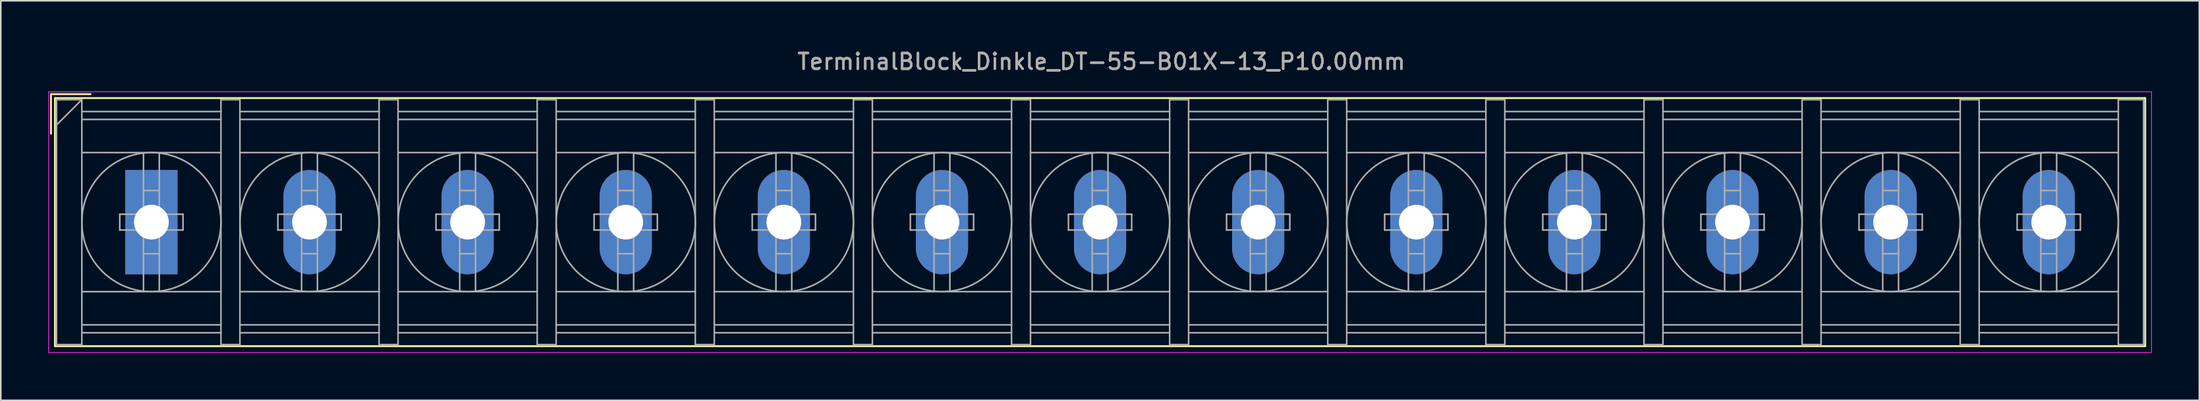
<source format=kicad_pcb>
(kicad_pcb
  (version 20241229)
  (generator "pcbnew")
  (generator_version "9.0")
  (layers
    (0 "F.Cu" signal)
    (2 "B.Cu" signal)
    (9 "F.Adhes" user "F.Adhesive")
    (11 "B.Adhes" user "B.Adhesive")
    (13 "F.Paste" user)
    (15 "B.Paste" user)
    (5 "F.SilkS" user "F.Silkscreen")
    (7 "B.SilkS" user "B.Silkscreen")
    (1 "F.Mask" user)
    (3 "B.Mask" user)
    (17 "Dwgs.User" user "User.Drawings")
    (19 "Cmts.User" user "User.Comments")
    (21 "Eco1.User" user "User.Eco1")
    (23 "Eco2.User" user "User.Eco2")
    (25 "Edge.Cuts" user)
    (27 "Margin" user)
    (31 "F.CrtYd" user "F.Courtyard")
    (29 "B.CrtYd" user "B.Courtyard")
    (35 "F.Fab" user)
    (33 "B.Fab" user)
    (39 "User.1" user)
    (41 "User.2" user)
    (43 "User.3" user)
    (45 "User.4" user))
  (footprint "TerminalBlock_Dinkle_DT-55-B01X-13_P10.00mm"
    (layer "F.Cu")
    (at 6.525 11.008)
    (property "Reference" "TerminalBlock_Dinkle_DT-55-B01X-13_P10.00mm" (at 60.08 -10.16 0) (layer "F.SilkS") (effects (font (size 1 1) (thickness 0.15))))
    (attr through_hole)
    (fp_line (start -6.35 -8.1) (end -3.85 -8.1) (stroke (width 0.12) (type solid)) (layer "F.SilkS"))
    (fp_line (start -6.35 -5.6) (end -6.35 -8.1) (stroke (width 0.12) (type solid)) (layer "F.SilkS"))
    (fp_line (start -6.1 -7.85) (end 126.1 -7.85) (stroke (width 0.12) (type solid)) (layer "F.SilkS"))
    (fp_line (start -6.1 7.85) (end -6.1 -7.85) (stroke (width 0.12) (type solid)) (layer "F.SilkS"))
    (fp_line (start -6.1 7.85) (end 126.1 7.85) (stroke (width 0.12) (type solid)) (layer "F.SilkS"))
    (fp_line (start 126.1 -7.85) (end 126.1 7.85) (stroke (width 0.12) (type solid)) (layer "F.SilkS"))
    (fp_line (start -6.5 -8.25) (end 126.5 -8.25) (stroke (width 0.05) (type solid)) (layer "F.CrtYd"))
    (fp_line (start -6.5 8.25) (end -6.5 -8.25) (stroke (width 0.05) (type solid)) (layer "F.CrtYd"))
    (fp_line (start -6.5 8.25) (end 126.5 8.25) (stroke (width 0.05) (type solid)) (layer "F.CrtYd"))
    (fp_line (start 126.5 -8.25) (end 126.5 8.25) (stroke (width 0.05) (type solid)) (layer "F.CrtYd"))
    (fp_line (start -6 -7.75) (end -6 7.75) (stroke (width 0.1) (type solid)) (layer "F.Fab"))
    (fp_line (start -6 -7.75) (end -4.4 -7.75) (stroke (width 0.1) (type solid)) (layer "F.Fab"))
    (fp_line (start -6 7.75) (end -4.4 7.75) (stroke (width 0.1) (type solid)) (layer "F.Fab"))
    (fp_line (start -4.4 -7.75) (end -6 -6.15) (stroke (width 0.1) (type solid)) (layer "F.Fab"))
    (fp_line (start -4.4 -7.75) (end -4.4 7.75) (stroke (width 0.1) (type solid)) (layer "F.Fab"))
    (fp_line (start -4.4 -7) (end 4.4 -7) (stroke (width 0.1) (type solid)) (layer "F.Fab"))
    (fp_line (start -4.4 -6.5) (end 4.4 -6.5) (stroke (width 0.1) (type solid)) (layer "F.Fab"))
    (fp_line (start -4.4 -4.4) (end 4.4 -4.4) (stroke (width 0.1) (type solid)) (layer "F.Fab"))
    (fp_line (start -4.4 4.4) (end 4.4 4.4) (stroke (width 0.1) (type solid)) (layer "F.Fab"))
    (fp_line (start -4.4 6.5) (end 4.4 6.5) (stroke (width 0.1) (type solid)) (layer "F.Fab"))
    (fp_line (start -4.4 7) (end 4.4 7) (stroke (width 0.1) (type solid)) (layer "F.Fab"))
    (fp_line (start -2 -0.5) (end -2 0.5) (stroke (width 0.1) (type solid)) (layer "F.Fab"))
    (fp_line (start -2 0.5) (end -0.5 0.5) (stroke (width 0.1) (type solid)) (layer "F.Fab"))
    (fp_line (start -0.5 -4.35) (end -0.5 -0.5) (stroke (width 0.1) (type solid)) (layer "F.Fab"))
    (fp_line (start -0.5 -2) (end 0.5 -2) (stroke (width 0.1) (type solid)) (layer "F.Fab"))
    (fp_line (start -0.5 -0.5) (end -2 -0.5) (stroke (width 0.1) (type solid)) (layer "F.Fab"))
    (fp_line (start -0.5 0.5) (end -0.5 4.35) (stroke (width 0.1) (type solid)) (layer "F.Fab"))
    (fp_line (start -0.5 2) (end 0.5 2) (stroke (width 0.1) (type solid)) (layer "F.Fab"))
    (fp_line (start 0.5 -4.35) (end 0.5 -0.5) (stroke (width 0.1) (type solid)) (layer "F.Fab"))
    (fp_line (start 0.5 -0.5) (end 2 -0.5) (stroke (width 0.1) (type solid)) (layer "F.Fab"))
    (fp_line (start 0.5 0.5) (end 0.5 4.35) (stroke (width 0.1) (type solid)) (layer "F.Fab"))
    (fp_line (start 2 -0.5) (end 2 0.5) (stroke (width 0.1) (type solid)) (layer "F.Fab"))
    (fp_line (start 2 0.5) (end 0.5 0.5) (stroke (width 0.1) (type solid)) (layer "F.Fab"))
    (fp_line (start 4.4 -7.75) (end 4.4 7.75) (stroke (width 0.1) (type solid)) (layer "F.Fab"))
    (fp_line (start 4.4 -7.75) (end 5.6 -7.75) (stroke (width 0.1) (type solid)) (layer "F.Fab"))
    (fp_line (start 4.4 7.75) (end 5.6 7.75) (stroke (width 0.1) (type solid)) (layer "F.Fab"))
    (fp_line (start 5.6 -7.75) (end 5.6 7.75) (stroke (width 0.1) (type solid)) (layer "F.Fab"))
    (fp_line (start 5.6 -7) (end 14.4 -7) (stroke (width 0.1) (type solid)) (layer "F.Fab"))
    (fp_line (start 5.6 -6.5) (end 14.4 -6.5) (stroke (width 0.1) (type solid)) (layer "F.Fab"))
    (fp_line (start 5.6 -4.4) (end 14.4 -4.4) (stroke (width 0.1) (type solid)) (layer "F.Fab"))
    (fp_line (start 5.6 4.4) (end 14.4 4.4) (stroke (width 0.1) (type solid)) (layer "F.Fab"))
    (fp_line (start 5.6 6.5) (end 14.4 6.5) (stroke (width 0.1) (type solid)) (layer "F.Fab"))
    (fp_line (start 5.6 7) (end 14.4 7) (stroke (width 0.1) (type solid)) (layer "F.Fab"))
    (fp_line (start 8 -0.5) (end 8 0.5) (stroke (width 0.1) (type solid)) (layer "F.Fab"))
    (fp_line (start 8 0.5) (end 9.5 0.5) (stroke (width 0.1) (type solid)) (layer "F.Fab"))
    (fp_line (start 9.5 -4.35) (end 9.5 -0.5) (stroke (width 0.1) (type solid)) (layer "F.Fab"))
    (fp_line (start 9.5 -2) (end 10.5 -2) (stroke (width 0.1) (type solid)) (layer "F.Fab"))
    (fp_line (start 9.5 -0.5) (end 8 -0.5) (stroke (width 0.1) (type solid)) (layer "F.Fab"))
    (fp_line (start 9.5 0.5) (end 9.5 4.35) (stroke (width 0.1) (type solid)) (layer "F.Fab"))
    (fp_line (start 9.5 2) (end 10.5 2) (stroke (width 0.1) (type solid)) (layer "F.Fab"))
    (fp_line (start 10.5 -4.35) (end 10.5 -0.5) (stroke (width 0.1) (type solid)) (layer "F.Fab"))
    (fp_line (start 10.5 -0.5) (end 12 -0.5) (stroke (width 0.1) (type solid)) (layer "F.Fab"))
    (fp_line (start 10.5 0.5) (end 10.5 4.35) (stroke (width 0.1) (type solid)) (layer "F.Fab"))
    (fp_line (start 12 -0.5) (end 12 0.5) (stroke (width 0.1) (type solid)) (layer "F.Fab"))
    (fp_line (start 12 0.5) (end 10.5 0.5) (stroke (width 0.1) (type solid)) (layer "F.Fab"))
    (fp_line (start 14.4 -7.75) (end 14.4 7.75) (stroke (width 0.1) (type solid)) (layer "F.Fab"))
    (fp_line (start 14.4 -7.75) (end 15.6 -7.75) (stroke (width 0.1) (type solid)) (layer "F.Fab"))
    (fp_line (start 14.4 7.75) (end 15.6 7.75) (stroke (width 0.1) (type solid)) (layer "F.Fab"))
    (fp_line (start 15.6 -7.75) (end 15.6 7.75) (stroke (width 0.1) (type solid)) (layer "F.Fab"))
    (fp_line (start 15.6 -7) (end 24.4 -7) (stroke (width 0.1) (type solid)) (layer "F.Fab"))
    (fp_line (start 15.6 -6.5) (end 24.4 -6.5) (stroke (width 0.1) (type solid)) (layer "F.Fab"))
    (fp_line (start 15.6 -4.4) (end 24.4 -4.4) (stroke (width 0.1) (type solid)) (layer "F.Fab"))
    (fp_line (start 15.6 4.4) (end 24.4 4.4) (stroke (width 0.1) (type solid)) (layer "F.Fab"))
    (fp_line (start 15.6 6.5) (end 24.4 6.5) (stroke (width 0.1) (type solid)) (layer "F.Fab"))
    (fp_line (start 15.6 7) (end 24.4 7) (stroke (width 0.1) (type solid)) (layer "F.Fab"))
    (fp_line (start 18 -0.5) (end 18 0.5) (stroke (width 0.1) (type solid)) (layer "F.Fab"))
    (fp_line (start 18 0.5) (end 19.5 0.5) (stroke (width 0.1) (type solid)) (layer "F.Fab"))
    (fp_line (start 19.5 -4.35) (end 19.5 -0.5) (stroke (width 0.1) (type solid)) (layer "F.Fab"))
    (fp_line (start 19.5 -2) (end 20.5 -2) (stroke (width 0.1) (type solid)) (layer "F.Fab"))
    (fp_line (start 19.5 -0.5) (end 18 -0.5) (stroke (width 0.1) (type solid)) (layer "F.Fab"))
    (fp_line (start 19.5 0.5) (end 19.5 4.35) (stroke (width 0.1) (type solid)) (layer "F.Fab"))
    (fp_line (start 19.5 2) (end 20.5 2) (stroke (width 0.1) (type solid)) (layer "F.Fab"))
    (fp_line (start 20.5 -4.35) (end 20.5 -0.5) (stroke (width 0.1) (type solid)) (layer "F.Fab"))
    (fp_line (start 20.5 -0.5) (end 22 -0.5) (stroke (width 0.1) (type solid)) (layer "F.Fab"))
    (fp_line (start 20.5 0.5) (end 20.5 4.35) (stroke (width 0.1) (type solid)) (layer "F.Fab"))
    (fp_line (start 22 -0.5) (end 22 0.5) (stroke (width 0.1) (type solid)) (layer "F.Fab"))
    (fp_line (start 22 0.5) (end 20.5 0.5) (stroke (width 0.1) (type solid)) (layer "F.Fab"))
    (fp_line (start 24.4 -7.75) (end 24.4 7.75) (stroke (width 0.1) (type solid)) (layer "F.Fab"))
    (fp_line (start 24.4 -7.75) (end 25.6 -7.75) (stroke (width 0.1) (type solid)) (layer "F.Fab"))
    (fp_line (start 24.4 7.75) (end 25.6 7.75) (stroke (width 0.1) (type solid)) (layer "F.Fab"))
    (fp_line (start 25.6 -7.75) (end 25.6 7.75) (stroke (width 0.1) (type solid)) (layer "F.Fab"))
    (fp_line (start 25.6 -7) (end 34.4 -7) (stroke (width 0.1) (type solid)) (layer "F.Fab"))
    (fp_line (start 25.6 -6.5) (end 34.4 -6.5) (stroke (width 0.1) (type solid)) (layer "F.Fab"))
    (fp_line (start 25.6 -4.4) (end 34.4 -4.4) (stroke (width 0.1) (type solid)) (layer "F.Fab"))
    (fp_line (start 25.6 4.4) (end 34.4 4.4) (stroke (width 0.1) (type solid)) (layer "F.Fab"))
    (fp_line (start 25.6 6.5) (end 34.4 6.5) (stroke (width 0.1) (type solid)) (layer "F.Fab"))
    (fp_line (start 25.6 7) (end 34.4 7) (stroke (width 0.1) (type solid)) (layer "F.Fab"))
    (fp_line (start 28 -0.5) (end 28 0.5) (stroke (width 0.1) (type solid)) (layer "F.Fab"))
    (fp_line (start 28 0.5) (end 29.5 0.5) (stroke (width 0.1) (type solid)) (layer "F.Fab"))
    (fp_line (start 29.5 -4.35) (end 29.5 -0.5) (stroke (width 0.1) (type solid)) (layer "F.Fab"))
    (fp_line (start 29.5 -2) (end 30.5 -2) (stroke (width 0.1) (type solid)) (layer "F.Fab"))
    (fp_line (start 29.5 -0.5) (end 28 -0.5) (stroke (width 0.1) (type solid)) (layer "F.Fab"))
    (fp_line (start 29.5 0.5) (end 29.5 4.35) (stroke (width 0.1) (type solid)) (layer "F.Fab"))
    (fp_line (start 29.5 2) (end 30.5 2) (stroke (width 0.1) (type solid)) (layer "F.Fab"))
    (fp_line (start 30.5 -4.35) (end 30.5 -0.5) (stroke (width 0.1) (type solid)) (layer "F.Fab"))
    (fp_line (start 30.5 -0.5) (end 32 -0.5) (stroke (width 0.1) (type solid)) (layer "F.Fab"))
    (fp_line (start 30.5 0.5) (end 30.5 4.35) (stroke (width 0.1) (type solid)) (layer "F.Fab"))
    (fp_line (start 32 -0.5) (end 32 0.5) (stroke (width 0.1) (type solid)) (layer "F.Fab"))
    (fp_line (start 32 0.5) (end 30.5 0.5) (stroke (width 0.1) (type solid)) (layer "F.Fab"))
    (fp_line (start 34.4 -7.75) (end 34.4 7.75) (stroke (width 0.1) (type solid)) (layer "F.Fab"))
    (fp_line (start 34.4 -7.75) (end 35.6 -7.75) (stroke (width 0.1) (type solid)) (layer "F.Fab"))
    (fp_line (start 34.4 7.75) (end 35.6 7.75) (stroke (width 0.1) (type solid)) (layer "F.Fab"))
    (fp_line (start 35.6 -7.75) (end 35.6 7.75) (stroke (width 0.1) (type solid)) (layer "F.Fab"))
    (fp_line (start 35.6 -7) (end 44.4 -7) (stroke (width 0.1) (type solid)) (layer "F.Fab"))
    (fp_line (start 35.6 -6.5) (end 44.4 -6.5) (stroke (width 0.1) (type solid)) (layer "F.Fab"))
    (fp_line (start 35.6 -4.4) (end 44.4 -4.4) (stroke (width 0.1) (type solid)) (layer "F.Fab"))
    (fp_line (start 35.6 4.4) (end 44.4 4.4) (stroke (width 0.1) (type solid)) (layer "F.Fab"))
    (fp_line (start 35.6 6.5) (end 44.4 6.5) (stroke (width 0.1) (type solid)) (layer "F.Fab"))
    (fp_line (start 35.6 7) (end 44.4 7) (stroke (width 0.1) (type solid)) (layer "F.Fab"))
    (fp_line (start 38 -0.5) (end 38 0.5) (stroke (width 0.1) (type solid)) (layer "F.Fab"))
    (fp_line (start 38 0.5) (end 39.5 0.5) (stroke (width 0.1) (type solid)) (layer "F.Fab"))
    (fp_line (start 39.5 -4.35) (end 39.5 -0.5) (stroke (width 0.1) (type solid)) (layer "F.Fab"))
    (fp_line (start 39.5 -2) (end 40.5 -2) (stroke (width 0.1) (type solid)) (layer "F.Fab"))
    (fp_line (start 39.5 -0.5) (end 38 -0.5) (stroke (width 0.1) (type solid)) (layer "F.Fab"))
    (fp_line (start 39.5 0.5) (end 39.5 4.35) (stroke (width 0.1) (type solid)) (layer "F.Fab"))
    (fp_line (start 39.5 2) (end 40.5 2) (stroke (width 0.1) (type solid)) (layer "F.Fab"))
    (fp_line (start 40.5 -4.35) (end 40.5 -0.5) (stroke (width 0.1) (type solid)) (layer "F.Fab"))
    (fp_line (start 40.5 -0.5) (end 42 -0.5) (stroke (width 0.1) (type solid)) (layer "F.Fab"))
    (fp_line (start 40.5 0.5) (end 40.5 4.35) (stroke (width 0.1) (type solid)) (layer "F.Fab"))
    (fp_line (start 42 -0.5) (end 42 0.5) (stroke (width 0.1) (type solid)) (layer "F.Fab"))
    (fp_line (start 42 0.5) (end 40.5 0.5) (stroke (width 0.1) (type solid)) (layer "F.Fab"))
    (fp_line (start 44.4 -7.75) (end 44.4 7.75) (stroke (width 0.1) (type solid)) (layer "F.Fab"))
    (fp_line (start 44.4 -7.75) (end 45.6 -7.75) (stroke (width 0.1) (type solid)) (layer "F.Fab"))
    (fp_line (start 44.4 7.75) (end 45.6 7.75) (stroke (width 0.1) (type solid)) (layer "F.Fab"))
    (fp_line (start 45.6 -7.75) (end 45.6 7.75) (stroke (width 0.1) (type solid)) (layer "F.Fab"))
    (fp_line (start 45.6 -7) (end 54.4 -7) (stroke (width 0.1) (type solid)) (layer "F.Fab"))
    (fp_line (start 45.6 -6.5) (end 54.4 -6.5) (stroke (width 0.1) (type solid)) (layer "F.Fab"))
    (fp_line (start 45.6 -4.4) (end 54.4 -4.4) (stroke (width 0.1) (type solid)) (layer "F.Fab"))
    (fp_line (start 45.6 4.4) (end 54.4 4.4) (stroke (width 0.1) (type solid)) (layer "F.Fab"))
    (fp_line (start 45.6 6.5) (end 54.4 6.5) (stroke (width 0.1) (type solid)) (layer "F.Fab"))
    (fp_line (start 45.6 7) (end 54.4 7) (stroke (width 0.1) (type solid)) (layer "F.Fab"))
    (fp_line (start 48 -0.5) (end 48 0.5) (stroke (width 0.1) (type solid)) (layer "F.Fab"))
    (fp_line (start 48 0.5) (end 49.5 0.5) (stroke (width 0.1) (type solid)) (layer "F.Fab"))
    (fp_line (start 49.5 -4.35) (end 49.5 -0.5) (stroke (width 0.1) (type solid)) (layer "F.Fab"))
    (fp_line (start 49.5 -2) (end 50.5 -2) (stroke (width 0.1) (type solid)) (layer "F.Fab"))
    (fp_line (start 49.5 -0.5) (end 48 -0.5) (stroke (width 0.1) (type solid)) (layer "F.Fab"))
    (fp_line (start 49.5 0.5) (end 49.5 4.35) (stroke (width 0.1) (type solid)) (layer "F.Fab"))
    (fp_line (start 49.5 2) (end 50.5 2) (stroke (width 0.1) (type solid)) (layer "F.Fab"))
    (fp_line (start 50.5 -4.35) (end 50.5 -0.5) (stroke (width 0.1) (type solid)) (layer "F.Fab"))
    (fp_line (start 50.5 -0.5) (end 52 -0.5) (stroke (width 0.1) (type solid)) (layer "F.Fab"))
    (fp_line (start 50.5 0.5) (end 50.5 4.35) (stroke (width 0.1) (type solid)) (layer "F.Fab"))
    (fp_line (start 52 -0.5) (end 52 0.5) (stroke (width 0.1) (type solid)) (layer "F.Fab"))
    (fp_line (start 52 0.5) (end 50.5 0.5) (stroke (width 0.1) (type solid)) (layer "F.Fab"))
    (fp_line (start 54.4 -7.75) (end 54.4 7.75) (stroke (width 0.1) (type solid)) (layer "F.Fab"))
    (fp_line (start 54.4 -7.75) (end 55.6 -7.75) (stroke (width 0.1) (type solid)) (layer "F.Fab"))
    (fp_line (start 54.4 7.75) (end 55.6 7.75) (stroke (width 0.1) (type solid)) (layer "F.Fab"))
    (fp_line (start 55.6 -7.75) (end 55.6 7.75) (stroke (width 0.1) (type solid)) (layer "F.Fab"))
    (fp_line (start 55.6 -7) (end 64.4 -7) (stroke (width 0.1) (type solid)) (layer "F.Fab"))
    (fp_line (start 55.6 -6.5) (end 64.4 -6.5) (stroke (width 0.1) (type solid)) (layer "F.Fab"))
    (fp_line (start 55.6 -4.4) (end 64.4 -4.4) (stroke (width 0.1) (type solid)) (layer "F.Fab"))
    (fp_line (start 55.6 4.4) (end 64.4 4.4) (stroke (width 0.1) (type solid)) (layer "F.Fab"))
    (fp_line (start 55.6 6.5) (end 64.4 6.5) (stroke (width 0.1) (type solid)) (layer "F.Fab"))
    (fp_line (start 55.6 7) (end 64.4 7) (stroke (width 0.1) (type solid)) (layer "F.Fab"))
    (fp_line (start 58 -0.5) (end 58 0.5) (stroke (width 0.1) (type solid)) (layer "F.Fab"))
    (fp_line (start 58 0.5) (end 59.5 0.5) (stroke (width 0.1) (type solid)) (layer "F.Fab"))
    (fp_line (start 59.5 -4.35) (end 59.5 -0.5) (stroke (width 0.1) (type solid)) (layer "F.Fab"))
    (fp_line (start 59.5 -2) (end 60.5 -2) (stroke (width 0.1) (type solid)) (layer "F.Fab"))
    (fp_line (start 59.5 -0.5) (end 58 -0.5) (stroke (width 0.1) (type solid)) (layer "F.Fab"))
    (fp_line (start 59.5 0.5) (end 59.5 4.35) (stroke (width 0.1) (type solid)) (layer "F.Fab"))
    (fp_line (start 59.5 2) (end 60.5 2) (stroke (width 0.1) (type solid)) (layer "F.Fab"))
    (fp_line (start 60.5 -4.35) (end 60.5 -0.5) (stroke (width 0.1) (type solid)) (layer "F.Fab"))
    (fp_line (start 60.5 -0.5) (end 62 -0.5) (stroke (width 0.1) (type solid)) (layer "F.Fab"))
    (fp_line (start 60.5 0.5) (end 60.5 4.35) (stroke (width 0.1) (type solid)) (layer "F.Fab"))
    (fp_line (start 62 -0.5) (end 62 0.5) (stroke (width 0.1) (type solid)) (layer "F.Fab"))
    (fp_line (start 62 0.5) (end 60.5 0.5) (stroke (width 0.1) (type solid)) (layer "F.Fab"))
    (fp_line (start 64.4 -7.75) (end 64.4 7.75) (stroke (width 0.1) (type solid)) (layer "F.Fab"))
    (fp_line (start 64.4 -7.75) (end 65.6 -7.75) (stroke (width 0.1) (type solid)) (layer "F.Fab"))
    (fp_line (start 64.4 7.75) (end 65.6 7.75) (stroke (width 0.1) (type solid)) (layer "F.Fab"))
    (fp_line (start 65.6 -7.75) (end 65.6 7.75) (stroke (width 0.1) (type solid)) (layer "F.Fab"))
    (fp_line (start 65.6 -7) (end 74.4 -7) (stroke (width 0.1) (type solid)) (layer "F.Fab"))
    (fp_line (start 65.6 -6.5) (end 74.4 -6.5) (stroke (width 0.1) (type solid)) (layer "F.Fab"))
    (fp_line (start 65.6 -4.4) (end 74.4 -4.4) (stroke (width 0.1) (type solid)) (layer "F.Fab"))
    (fp_line (start 65.6 4.4) (end 74.4 4.4) (stroke (width 0.1) (type solid)) (layer "F.Fab"))
    (fp_line (start 65.6 6.5) (end 74.4 6.5) (stroke (width 0.1) (type solid)) (layer "F.Fab"))
    (fp_line (start 65.6 7) (end 74.4 7) (stroke (width 0.1) (type solid)) (layer "F.Fab"))
    (fp_line (start 68 -0.5) (end 68 0.5) (stroke (width 0.1) (type solid)) (layer "F.Fab"))
    (fp_line (start 68 0.5) (end 69.5 0.5) (stroke (width 0.1) (type solid)) (layer "F.Fab"))
    (fp_line (start 69.5 -4.35) (end 69.5 -0.5) (stroke (width 0.1) (type solid)) (layer "F.Fab"))
    (fp_line (start 69.5 -2) (end 70.5 -2) (stroke (width 0.1) (type solid)) (layer "F.Fab"))
    (fp_line (start 69.5 -0.5) (end 68 -0.5) (stroke (width 0.1) (type solid)) (layer "F.Fab"))
    (fp_line (start 69.5 0.5) (end 69.5 4.35) (stroke (width 0.1) (type solid)) (layer "F.Fab"))
    (fp_line (start 69.5 2) (end 70.5 2) (stroke (width 0.1) (type solid)) (layer "F.Fab"))
    (fp_line (start 70.5 -4.35) (end 70.5 -0.5) (stroke (width 0.1) (type solid)) (layer "F.Fab"))
    (fp_line (start 70.5 -0.5) (end 72 -0.5) (stroke (width 0.1) (type solid)) (layer "F.Fab"))
    (fp_line (start 70.5 0.5) (end 70.5 4.35) (stroke (width 0.1) (type solid)) (layer "F.Fab"))
    (fp_line (start 72 -0.5) (end 72 0.5) (stroke (width 0.1) (type solid)) (layer "F.Fab"))
    (fp_line (start 72 0.5) (end 70.5 0.5) (stroke (width 0.1) (type solid)) (layer "F.Fab"))
    (fp_line (start 74.4 -7.75) (end 74.4 7.75) (stroke (width 0.1) (type solid)) (layer "F.Fab"))
    (fp_line (start 74.4 -7.75) (end 75.6 -7.75) (stroke (width 0.1) (type solid)) (layer "F.Fab"))
    (fp_line (start 74.4 7.75) (end 75.6 7.75) (stroke (width 0.1) (type solid)) (layer "F.Fab"))
    (fp_line (start 75.6 -7.75) (end 75.6 7.75) (stroke (width 0.1) (type solid)) (layer "F.Fab"))
    (fp_line (start 75.6 -7) (end 84.4 -7) (stroke (width 0.1) (type solid)) (layer "F.Fab"))
    (fp_line (start 75.6 -6.5) (end 84.4 -6.5) (stroke (width 0.1) (type solid)) (layer "F.Fab"))
    (fp_line (start 75.6 -4.4) (end 84.4 -4.4) (stroke (width 0.1) (type solid)) (layer "F.Fab"))
    (fp_line (start 75.6 4.4) (end 84.4 4.4) (stroke (width 0.1) (type solid)) (layer "F.Fab"))
    (fp_line (start 75.6 6.5) (end 84.4 6.5) (stroke (width 0.1) (type solid)) (layer "F.Fab"))
    (fp_line (start 75.6 7) (end 84.4 7) (stroke (width 0.1) (type solid)) (layer "F.Fab"))
    (fp_line (start 78 -0.5) (end 78 0.5) (stroke (width 0.1) (type solid)) (layer "F.Fab"))
    (fp_line (start 78 0.5) (end 79.5 0.5) (stroke (width 0.1) (type solid)) (layer "F.Fab"))
    (fp_line (start 79.5 -4.35) (end 79.5 -0.5) (stroke (width 0.1) (type solid)) (layer "F.Fab"))
    (fp_line (start 79.5 -2) (end 80.5 -2) (stroke (width 0.1) (type solid)) (layer "F.Fab"))
    (fp_line (start 79.5 -0.5) (end 78 -0.5) (stroke (width 0.1) (type solid)) (layer "F.Fab"))
    (fp_line (start 79.5 0.5) (end 79.5 4.35) (stroke (width 0.1) (type solid)) (layer "F.Fab"))
    (fp_line (start 79.5 2) (end 80.5 2) (stroke (width 0.1) (type solid)) (layer "F.Fab"))
    (fp_line (start 80.5 -4.35) (end 80.5 -0.5) (stroke (width 0.1) (type solid)) (layer "F.Fab"))
    (fp_line (start 80.5 -0.5) (end 82 -0.5) (stroke (width 0.1) (type solid)) (layer "F.Fab"))
    (fp_line (start 80.5 0.5) (end 80.5 4.35) (stroke (width 0.1) (type solid)) (layer "F.Fab"))
    (fp_line (start 82 -0.5) (end 82 0.5) (stroke (width 0.1) (type solid)) (layer "F.Fab"))
    (fp_line (start 82 0.5) (end 80.5 0.5) (stroke (width 0.1) (type solid)) (layer "F.Fab"))
    (fp_line (start 84.4 -7.75) (end 84.4 7.75) (stroke (width 0.1) (type solid)) (layer "F.Fab"))
    (fp_line (start 84.4 -7.75) (end 85.6 -7.75) (stroke (width 0.1) (type solid)) (layer "F.Fab"))
    (fp_line (start 84.4 7.75) (end 85.6 7.75) (stroke (width 0.1) (type solid)) (layer "F.Fab"))
    (fp_line (start 85.6 -7.75) (end 85.6 7.75) (stroke (width 0.1) (type solid)) (layer "F.Fab"))
    (fp_line (start 85.6 -7) (end 94.4 -7) (stroke (width 0.1) (type solid)) (layer "F.Fab"))
    (fp_line (start 85.6 -6.5) (end 94.4 -6.5) (stroke (width 0.1) (type solid)) (layer "F.Fab"))
    (fp_line (start 85.6 -4.4) (end 94.4 -4.4) (stroke (width 0.1) (type solid)) (layer "F.Fab"))
    (fp_line (start 85.6 4.4) (end 94.4 4.4) (stroke (width 0.1) (type solid)) (layer "F.Fab"))
    (fp_line (start 85.6 6.5) (end 94.4 6.5) (stroke (width 0.1) (type solid)) (layer "F.Fab"))
    (fp_line (start 85.6 7) (end 94.4 7) (stroke (width 0.1) (type solid)) (layer "F.Fab"))
    (fp_line (start 88 -0.5) (end 88 0.5) (stroke (width 0.1) (type solid)) (layer "F.Fab"))
    (fp_line (start 88 0.5) (end 89.5 0.5) (stroke (width 0.1) (type solid)) (layer "F.Fab"))
    (fp_line (start 89.5 -4.35) (end 89.5 -0.5) (stroke (width 0.1) (type solid)) (layer "F.Fab"))
    (fp_line (start 89.5 -2) (end 90.5 -2) (stroke (width 0.1) (type solid)) (layer "F.Fab"))
    (fp_line (start 89.5 -0.5) (end 88 -0.5) (stroke (width 0.1) (type solid)) (layer "F.Fab"))
    (fp_line (start 89.5 0.5) (end 89.5 4.35) (stroke (width 0.1) (type solid)) (layer "F.Fab"))
    (fp_line (start 89.5 2) (end 90.5 2) (stroke (width 0.1) (type solid)) (layer "F.Fab"))
    (fp_line (start 90.5 -4.35) (end 90.5 -0.5) (stroke (width 0.1) (type solid)) (layer "F.Fab"))
    (fp_line (start 90.5 -0.5) (end 92 -0.5) (stroke (width 0.1) (type solid)) (layer "F.Fab"))
    (fp_line (start 90.5 0.5) (end 90.5 4.35) (stroke (width 0.1) (type solid)) (layer "F.Fab"))
    (fp_line (start 92 -0.5) (end 92 0.5) (stroke (width 0.1) (type solid)) (layer "F.Fab"))
    (fp_line (start 92 0.5) (end 90.5 0.5) (stroke (width 0.1) (type solid)) (layer "F.Fab"))
    (fp_line (start 94.4 -7.75) (end 94.4 7.75) (stroke (width 0.1) (type solid)) (layer "F.Fab"))
    (fp_line (start 94.4 -7.75) (end 95.6 -7.75) (stroke (width 0.1) (type solid)) (layer "F.Fab"))
    (fp_line (start 94.4 7.75) (end 95.6 7.75) (stroke (width 0.1) (type solid)) (layer "F.Fab"))
    (fp_line (start 95.6 -7.75) (end 95.6 7.75) (stroke (width 0.1) (type solid)) (layer "F.Fab"))
    (fp_line (start 95.6 -7) (end 104.4 -7) (stroke (width 0.1) (type solid)) (layer "F.Fab"))
    (fp_line (start 95.6 -6.5) (end 104.4 -6.5) (stroke (width 0.1) (type solid)) (layer "F.Fab"))
    (fp_line (start 95.6 -4.4) (end 104.4 -4.4) (stroke (width 0.1) (type solid)) (layer "F.Fab"))
    (fp_line (start 95.6 4.4) (end 104.4 4.4) (stroke (width 0.1) (type solid)) (layer "F.Fab"))
    (fp_line (start 95.6 6.5) (end 104.4 6.5) (stroke (width 0.1) (type solid)) (layer "F.Fab"))
    (fp_line (start 95.6 7) (end 104.4 7) (stroke (width 0.1) (type solid)) (layer "F.Fab"))
    (fp_line (start 98 -0.5) (end 98 0.5) (stroke (width 0.1) (type solid)) (layer "F.Fab"))
    (fp_line (start 98 0.5) (end 99.5 0.5) (stroke (width 0.1) (type solid)) (layer "F.Fab"))
    (fp_line (start 99.5 -4.35) (end 99.5 -0.5) (stroke (width 0.1) (type solid)) (layer "F.Fab"))
    (fp_line (start 99.5 -2) (end 100.5 -2) (stroke (width 0.1) (type solid)) (layer "F.Fab"))
    (fp_line (start 99.5 -0.5) (end 98 -0.5) (stroke (width 0.1) (type solid)) (layer "F.Fab"))
    (fp_line (start 99.5 0.5) (end 99.5 4.35) (stroke (width 0.1) (type solid)) (layer "F.Fab"))
    (fp_line (start 99.5 2) (end 100.5 2) (stroke (width 0.1) (type solid)) (layer "F.Fab"))
    (fp_line (start 100.5 -4.35) (end 100.5 -0.5) (stroke (width 0.1) (type solid)) (layer "F.Fab"))
    (fp_line (start 100.5 -0.5) (end 102 -0.5) (stroke (width 0.1) (type solid)) (layer "F.Fab"))
    (fp_line (start 100.5 0.5) (end 100.5 4.35) (stroke (width 0.1) (type solid)) (layer "F.Fab"))
    (fp_line (start 102 -0.5) (end 102 0.5) (stroke (width 0.1) (type solid)) (layer "F.Fab"))
    (fp_line (start 102 0.5) (end 100.5 0.5) (stroke (width 0.1) (type solid)) (layer "F.Fab"))
    (fp_line (start 104.4 -7.75) (end 104.4 7.75) (stroke (width 0.1) (type solid)) (layer "F.Fab"))
    (fp_line (start 104.4 -7.75) (end 105.6 -7.75) (stroke (width 0.1) (type solid)) (layer "F.Fab"))
    (fp_line (start 104.4 7.75) (end 105.6 7.75) (stroke (width 0.1) (type solid)) (layer "F.Fab"))
    (fp_line (start 105.6 -7.75) (end 105.6 7.75) (stroke (width 0.1) (type solid)) (layer "F.Fab"))
    (fp_line (start 105.6 -7) (end 114.4 -7) (stroke (width 0.1) (type solid)) (layer "F.Fab"))
    (fp_line (start 105.6 -6.5) (end 114.4 -6.5) (stroke (width 0.1) (type solid)) (layer "F.Fab"))
    (fp_line (start 105.6 -4.4) (end 114.4 -4.4) (stroke (width 0.1) (type solid)) (layer "F.Fab"))
    (fp_line (start 105.6 4.4) (end 114.4 4.4) (stroke (width 0.1) (type solid)) (layer "F.Fab"))
    (fp_line (start 105.6 6.5) (end 114.4 6.5) (stroke (width 0.1) (type solid)) (layer "F.Fab"))
    (fp_line (start 105.6 7) (end 114.4 7) (stroke (width 0.1) (type solid)) (layer "F.Fab"))
    (fp_line (start 108 -0.5) (end 108 0.5) (stroke (width 0.1) (type solid)) (layer "F.Fab"))
    (fp_line (start 108 0.5) (end 109.5 0.5) (stroke (width 0.1) (type solid)) (layer "F.Fab"))
    (fp_line (start 109.5 -4.35) (end 109.5 -0.5) (stroke (width 0.1) (type solid)) (layer "F.Fab"))
    (fp_line (start 109.5 -2) (end 110.5 -2) (stroke (width 0.1) (type solid)) (layer "F.Fab"))
    (fp_line (start 109.5 -0.5) (end 108 -0.5) (stroke (width 0.1) (type solid)) (layer "F.Fab"))
    (fp_line (start 109.5 0.5) (end 109.5 4.35) (stroke (width 0.1) (type solid)) (layer "F.Fab"))
    (fp_line (start 109.5 2) (end 110.5 2) (stroke (width 0.1) (type solid)) (layer "F.Fab"))
    (fp_line (start 110.5 -4.35) (end 110.5 -0.5) (stroke (width 0.1) (type solid)) (layer "F.Fab"))
    (fp_line (start 110.5 -0.5) (end 112 -0.5) (stroke (width 0.1) (type solid)) (layer "F.Fab"))
    (fp_line (start 110.5 0.5) (end 110.5 4.35) (stroke (width 0.1) (type solid)) (layer "F.Fab"))
    (fp_line (start 112 -0.5) (end 112 0.5) (stroke (width 0.1) (type solid)) (layer "F.Fab"))
    (fp_line (start 112 0.5) (end 110.5 0.5) (stroke (width 0.1) (type solid)) (layer "F.Fab"))
    (fp_line (start 114.4 -7.75) (end 114.4 7.75) (stroke (width 0.1) (type solid)) (layer "F.Fab"))
    (fp_line (start 114.4 -7.75) (end 115.6 -7.75) (stroke (width 0.1) (type solid)) (layer "F.Fab"))
    (fp_line (start 114.4 7.75) (end 115.6 7.75) (stroke (width 0.1) (type solid)) (layer "F.Fab"))
    (fp_line (start 115.6 -7.75) (end 115.6 7.75) (stroke (width 0.1) (type solid)) (layer "F.Fab"))
    (fp_line (start 115.6 -7) (end 124.4 -7) (stroke (width 0.1) (type solid)) (layer "F.Fab"))
    (fp_line (start 115.6 -6.5) (end 124.4 -6.5) (stroke (width 0.1) (type solid)) (layer "F.Fab"))
    (fp_line (start 115.6 -4.4) (end 124.4 -4.4) (stroke (width 0.1) (type solid)) (layer "F.Fab"))
    (fp_line (start 115.6 4.4) (end 124.4 4.4) (stroke (width 0.1) (type solid)) (layer "F.Fab"))
    (fp_line (start 115.6 6.5) (end 124.4 6.5) (stroke (width 0.1) (type solid)) (layer "F.Fab"))
    (fp_line (start 115.6 7) (end 124.4 7) (stroke (width 0.1) (type solid)) (layer "F.Fab"))
    (fp_line (start 118 -0.5) (end 118 0.5) (stroke (width 0.1) (type solid)) (layer "F.Fab"))
    (fp_line (start 118 0.5) (end 119.5 0.5) (stroke (width 0.1) (type solid)) (layer "F.Fab"))
    (fp_line (start 119.5 -4.35) (end 119.5 -0.5) (stroke (width 0.1) (type solid)) (layer "F.Fab"))
    (fp_line (start 119.5 -2) (end 120.5 -2) (stroke (width 0.1) (type solid)) (layer "F.Fab"))
    (fp_line (start 119.5 -0.5) (end 118 -0.5) (stroke (width 0.1) (type solid)) (layer "F.Fab"))
    (fp_line (start 119.5 0.5) (end 119.5 4.35) (stroke (width 0.1) (type solid)) (layer "F.Fab"))
    (fp_line (start 119.5 2) (end 120.5 2) (stroke (width 0.1) (type solid)) (layer "F.Fab"))
    (fp_line (start 120.5 -4.35) (end 120.5 -0.5) (stroke (width 0.1) (type solid)) (layer "F.Fab"))
    (fp_line (start 120.5 -0.5) (end 122 -0.5) (stroke (width 0.1) (type solid)) (layer "F.Fab"))
    (fp_line (start 120.5 0.5) (end 120.5 4.35) (stroke (width 0.1) (type solid)) (layer "F.Fab"))
    (fp_line (start 122 -0.5) (end 122 0.5) (stroke (width 0.1) (type solid)) (layer "F.Fab"))
    (fp_line (start 122 0.5) (end 120.5 0.5) (stroke (width 0.1) (type solid)) (layer "F.Fab"))
    (fp_line (start 124.4 -7.75) (end 124.4 7.75) (stroke (width 0.1) (type solid)) (layer "F.Fab"))
    (fp_line (start 124.4 -7.75) (end 126 -7.75) (stroke (width 0.1) (type solid)) (layer "F.Fab"))
    (fp_line (start 124.4 7.75) (end 126 7.75) (stroke (width 0.1) (type solid)) (layer "F.Fab"))
    (fp_line (start 126 -7.75) (end 126 7.75) (stroke (width 0.1) (type solid)) (layer "F.Fab"))
    (fp_circle (center 0 0) (end 0.5 0.5) (stroke (width 0.1) (type solid)) (fill no) (layer "F.Fab"))
    (fp_circle (center 0 0) (end 4.4 0) (stroke (width 0.1) (type solid)) (fill no) (layer "F.Fab"))
    (fp_circle (center 10 0) (end 10.5 0.5) (stroke (width 0.1) (type solid)) (fill no) (layer "F.Fab"))
    (fp_circle (center 10 0) (end 14.4 0) (stroke (width 0.1) (type solid)) (fill no) (layer "F.Fab"))
    (fp_circle (center 20 0) (end 20.5 0.5) (stroke (width 0.1) (type solid)) (fill no) (layer "F.Fab"))
    (fp_circle (center 20 0) (end 24.4 0) (stroke (width 0.1) (type solid)) (fill no) (layer "F.Fab"))
    (fp_circle (center 30 0) (end 30.5 0.5) (stroke (width 0.1) (type solid)) (fill no) (layer "F.Fab"))
    (fp_circle (center 30 0) (end 34.4 0) (stroke (width 0.1) (type solid)) (fill no) (layer "F.Fab"))
    (fp_circle (center 40 0) (end 40.5 0.5) (stroke (width 0.1) (type solid)) (fill no) (layer "F.Fab"))
    (fp_circle (center 40 0) (end 44.4 0) (stroke (width 0.1) (type solid)) (fill no) (layer "F.Fab"))
    (fp_circle (center 50 0) (end 50.5 0.5) (stroke (width 0.1) (type solid)) (fill no) (layer "F.Fab"))
    (fp_circle (center 50 0) (end 54.4 0) (stroke (width 0.1) (type solid)) (fill no) (layer "F.Fab"))
    (fp_circle (center 60 0) (end 60.5 0.5) (stroke (width 0.1) (type solid)) (fill no) (layer "F.Fab"))
    (fp_circle (center 60 0) (end 64.4 0) (stroke (width 0.1) (type solid)) (fill no) (layer "F.Fab"))
    (fp_circle (center 70 0) (end 70.5 0.5) (stroke (width 0.1) (type solid)) (fill no) (layer "F.Fab"))
    (fp_circle (center 70 0) (end 74.4 0) (stroke (width 0.1) (type solid)) (fill no) (layer "F.Fab"))
    (fp_circle (center 80 0) (end 80.5 0.5) (stroke (width 0.1) (type solid)) (fill no) (layer "F.Fab"))
    (fp_circle (center 80 0) (end 84.4 0) (stroke (width 0.1) (type solid)) (fill no) (layer "F.Fab"))
    (fp_circle (center 90 0) (end 90.5 0.5) (stroke (width 0.1) (type solid)) (fill no) (layer "F.Fab"))
    (fp_circle (center 90 0) (end 94.4 0) (stroke (width 0.1) (type solid)) (fill no) (layer "F.Fab"))
    (fp_circle (center 100 0) (end 100.5 0.5) (stroke (width 0.1) (type solid)) (fill no) (layer "F.Fab"))
    (fp_circle (center 100 0) (end 104.4 0) (stroke (width 0.1) (type solid)) (fill no) (layer "F.Fab"))
    (fp_circle (center 110 0) (end 110.5 0.5) (stroke (width 0.1) (type solid)) (fill no) (layer "F.Fab"))
    (fp_circle (center 110 0) (end 114.4 0) (stroke (width 0.1) (type solid)) (fill no) (layer "F.Fab"))
    (fp_circle (center 120 0) (end 120.5 0.5) (stroke (width 0.1) (type solid)) (fill no) (layer "F.Fab"))
    (fp_circle (center 120 0) (end 124.4 0) (stroke (width 0.1) (type solid)) (fill no) (layer "F.Fab"))
    (fp_text user "${REFERENCE}" (at 60.08 -10.16 0) (layer "F.Fab") (effects (font (size 1 1) (thickness 0.15))))
    (pad "1" thru_hole rect (at 0 0) (size 3.3 6.6) (drill 2.2) (layers "*.Cu" "*.Mask"))
    (pad "2" thru_hole oval (at 10 0) (size 3.3 6.6) (drill 2.2) (layers "*.Cu" "*.Mask"))
    (pad "3" thru_hole oval (at 20 0) (size 3.3 6.6) (drill 2.2) (layers "*.Cu" "*.Mask"))
    (pad "4" thru_hole oval (at 30 0) (size 3.3 6.6) (drill 2.2) (layers "*.Cu" "*.Mask"))
    (pad "5" thru_hole oval (at 40 0) (size 3.3 6.6) (drill 2.2) (layers "*.Cu" "*.Mask"))
    (pad "6" thru_hole oval (at 50 0) (size 3.3 6.6) (drill 2.2) (layers "*.Cu" "*.Mask"))
    (pad "7" thru_hole oval (at 60 0) (size 3.3 6.6) (drill 2.2) (layers "*.Cu" "*.Mask"))
    (pad "8" thru_hole oval (at 70 0) (size 3.3 6.6) (drill 2.2) (layers "*.Cu" "*.Mask"))
    (pad "9" thru_hole oval (at 80 0) (size 3.3 6.6) (drill 2.2) (layers "*.Cu" "*.Mask"))
    (pad "10" thru_hole oval (at 90 0) (size 3.3 6.6) (drill 2.2) (layers "*.Cu" "*.Mask"))
    (pad "11" thru_hole oval (at 100 0) (size 3.3 6.6) (drill 2.2) (layers "*.Cu" "*.Mask"))
    (pad "12" thru_hole oval (at 110 0) (size 3.3 6.6) (drill 2.2) (layers "*.Cu" "*.Mask"))
    (pad "13" thru_hole oval (at 120 0) (size 3.3 6.6) (drill 2.2) (layers "*.Cu" "*.Mask")))
  (gr_rect
    (start -3 -3)
    (end 136.05 22.283)
    (stroke (width 0.1) (type default))
    (fill no)
    (layer "Edge.Cuts")))
</source>
